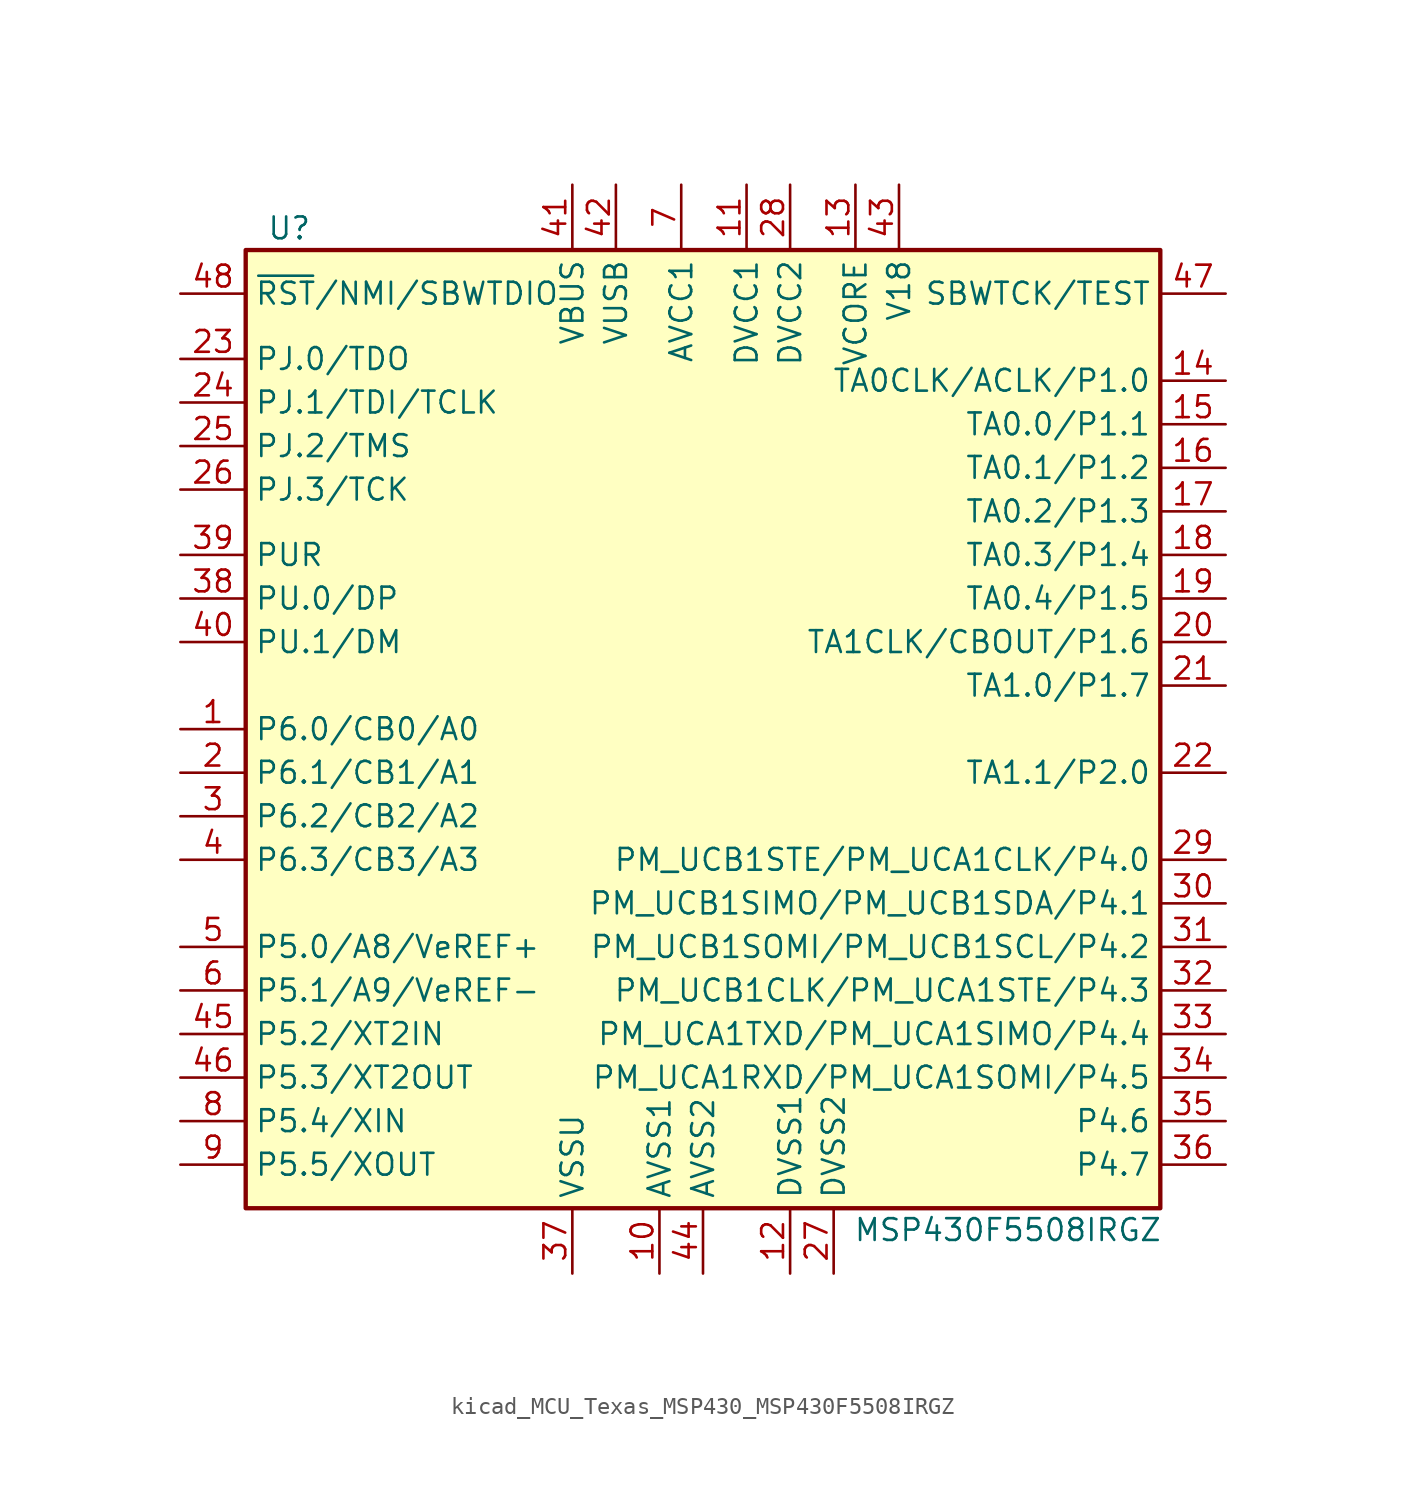
<source format=kicad_sym>
(kicad_symbol_lib
  (version 20220914)
  (generator kicad_symbol_editor)
  (symbol "kicad_MCU_Texas_MSP430_MSP430F5508IRGZ"
    (property "Reference" "U"
      (at -22.86 29.21 0)
      (effects (font (size 1.27 1.27))))
    (property "Value" "MSP430F5508IRGZ"
      (at 19.05 -29.21 0)
      (effects (font (size 1.27 1.27))))
    (symbol "kicad_MCU_Texas_MSP430_MSP430F5508IRGZ_0_1"
      (rectangle (start -25.4 27.94) (end 27.94 -27.94) (stroke (width 0.254) (type default)) (fill (type background))))
    (symbol "kicad_MCU_Texas_MSP430_MSP430F5508IRGZ_1_1"
      (pin bidirectional line (at -29.21 0 0) (length 3.81) (name "P6.0/CB0/A0" (effects (font (size 1.27 1.27)))) (number "1" (effects (font (size 1.27 1.27)))))
      (pin power_in line (at -1.27 -31.75 90) (length 3.81) (name "AVSS1" (effects (font (size 1.27 1.27)))) (number "10" (effects (font (size 1.27 1.27)))))
      (pin power_in line (at 3.81 31.75 270) (length 3.81) (name "DVCC1" (effects (font (size 1.27 1.27)))) (number "11" (effects (font (size 1.27 1.27)))))
      (pin power_in line (at 6.35 -31.75 90) (length 3.81) (name "DVSS1" (effects (font (size 1.27 1.27)))) (number "12" (effects (font (size 1.27 1.27)))))
      (pin passive line (at 10.16 31.75 270) (length 3.81) (name "VCORE" (effects (font (size 1.27 1.27)))) (number "13" (effects (font (size 1.27 1.27)))))
      (pin bidirectional line (at 31.75 20.32 180) (length 3.81) (name "TA0CLK/ACLK/P1.0" (effects (font (size 1.27 1.27)))) (number "14" (effects (font (size 1.27 1.27)))))
      (pin bidirectional line (at 31.75 17.78 180) (length 3.81) (name "TA0.0/P1.1" (effects (font (size 1.27 1.27)))) (number "15" (effects (font (size 1.27 1.27)))))
      (pin bidirectional line (at 31.75 15.24 180) (length 3.81) (name "TA0.1/P1.2" (effects (font (size 1.27 1.27)))) (number "16" (effects (font (size 1.27 1.27)))))
      (pin bidirectional line (at 31.75 12.7 180) (length 3.81) (name "TA0.2/P1.3" (effects (font (size 1.27 1.27)))) (number "17" (effects (font (size 1.27 1.27)))))
      (pin bidirectional line (at 31.75 10.16 180) (length 3.81) (name "TA0.3/P1.4" (effects (font (size 1.27 1.27)))) (number "18" (effects (font (size 1.27 1.27)))))
      (pin bidirectional line (at 31.75 7.62 180) (length 3.81) (name "TA0.4/P1.5" (effects (font (size 1.27 1.27)))) (number "19" (effects (font (size 1.27 1.27)))))
      (pin bidirectional line (at -29.21 -2.54 0) (length 3.81) (name "P6.1/CB1/A1" (effects (font (size 1.27 1.27)))) (number "2" (effects (font (size 1.27 1.27)))))
      (pin bidirectional line (at 31.75 5.08 180) (length 3.81) (name "TA1CLK/CBOUT/P1.6" (effects (font (size 1.27 1.27)))) (number "20" (effects (font (size 1.27 1.27)))))
      (pin bidirectional line (at 31.75 2.54 180) (length 3.81) (name "TA1.0/P1.7" (effects (font (size 1.27 1.27)))) (number "21" (effects (font (size 1.27 1.27)))))
      (pin bidirectional line (at 31.75 -2.54 180) (length 3.81) (name "TA1.1/P2.0" (effects (font (size 1.27 1.27)))) (number "22" (effects (font (size 1.27 1.27)))))
      (pin bidirectional line (at -29.21 21.59 0) (length 3.81) (name "PJ.0/TDO" (effects (font (size 1.27 1.27)))) (number "23" (effects (font (size 1.27 1.27)))))
      (pin bidirectional line (at -29.21 19.05 0) (length 3.81) (name "PJ.1/TDI/TCLK" (effects (font (size 1.27 1.27)))) (number "24" (effects (font (size 1.27 1.27)))))
      (pin bidirectional line (at -29.21 16.51 0) (length 3.81) (name "PJ.2/TMS" (effects (font (size 1.27 1.27)))) (number "25" (effects (font (size 1.27 1.27)))))
      (pin bidirectional line (at -29.21 13.97 0) (length 3.81) (name "PJ.3/TCK" (effects (font (size 1.27 1.27)))) (number "26" (effects (font (size 1.27 1.27)))))
      (pin power_in line (at 8.89 -31.75 90) (length 3.81) (name "DVSS2" (effects (font (size 1.27 1.27)))) (number "27" (effects (font (size 1.27 1.27)))))
      (pin power_in line (at 6.35 31.75 270) (length 3.81) (name "DVCC2" (effects (font (size 1.27 1.27)))) (number "28" (effects (font (size 1.27 1.27)))))
      (pin bidirectional line (at 31.75 -7.62 180) (length 3.81) (name "PM_UCB1STE/PM_UCA1CLK/P4.0" (effects (font (size 1.27 1.27)))) (number "29" (effects (font (size 1.27 1.27)))))
      (pin bidirectional line (at -29.21 -5.08 0) (length 3.81) (name "P6.2/CB2/A2" (effects (font (size 1.27 1.27)))) (number "3" (effects (font (size 1.27 1.27)))))
      (pin bidirectional line (at 31.75 -10.16 180) (length 3.81) (name "PM_UCB1SIMO/PM_UCB1SDA/P4.1" (effects (font (size 1.27 1.27)))) (number "30" (effects (font (size 1.27 1.27)))))
      (pin bidirectional line (at 31.75 -12.7 180) (length 3.81) (name "PM_UCB1SOMI/PM_UCB1SCL/P4.2" (effects (font (size 1.27 1.27)))) (number "31" (effects (font (size 1.27 1.27)))))
      (pin bidirectional line (at 31.75 -15.24 180) (length 3.81) (name "PM_UCB1CLK/PM_UCA1STE/P4.3" (effects (font (size 1.27 1.27)))) (number "32" (effects (font (size 1.27 1.27)))))
      (pin bidirectional line (at 31.75 -17.78 180) (length 3.81) (name "PM_UCA1TXD/PM_UCA1SIMO/P4.4" (effects (font (size 1.27 1.27)))) (number "33" (effects (font (size 1.27 1.27)))))
      (pin bidirectional line (at 31.75 -20.32 180) (length 3.81) (name "PM_UCA1RXD/PM_UCA1SOMI/P4.5" (effects (font (size 1.27 1.27)))) (number "34" (effects (font (size 1.27 1.27)))))
      (pin bidirectional line (at 31.75 -22.86 180) (length 3.81) (name "P4.6" (effects (font (size 1.27 1.27)))) (number "35" (effects (font (size 1.27 1.27)))))
      (pin bidirectional line (at 31.75 -25.4 180) (length 3.81) (name "P4.7" (effects (font (size 1.27 1.27)))) (number "36" (effects (font (size 1.27 1.27)))))
      (pin power_in line (at -6.35 -31.75 90) (length 3.81) (name "VSSU" (effects (font (size 1.27 1.27)))) (number "37" (effects (font (size 1.27 1.27)))))
      (pin bidirectional line (at -29.21 7.62 0) (length 3.81) (name "PU.0/DP" (effects (font (size 1.27 1.27)))) (number "38" (effects (font (size 1.27 1.27)))))
      (pin bidirectional line (at -29.21 10.16 0) (length 3.81) (name "PUR" (effects (font (size 1.27 1.27)))) (number "39" (effects (font (size 1.27 1.27)))))
      (pin bidirectional line (at -29.21 -7.62 0) (length 3.81) (name "P6.3/CB3/A3" (effects (font (size 1.27 1.27)))) (number "4" (effects (font (size 1.27 1.27)))))
      (pin bidirectional line (at -29.21 5.08 0) (length 3.81) (name "PU.1/DM" (effects (font (size 1.27 1.27)))) (number "40" (effects (font (size 1.27 1.27)))))
      (pin power_in line (at -6.35 31.75 270) (length 3.81) (name "VBUS" (effects (font (size 1.27 1.27)))) (number "41" (effects (font (size 1.27 1.27)))))
      (pin power_out line (at -3.81 31.75 270) (length 3.81) (name "VUSB" (effects (font (size 1.27 1.27)))) (number "42" (effects (font (size 1.27 1.27)))))
      (pin passive line (at 12.7 31.75 270) (length 3.81) (name "V18" (effects (font (size 1.27 1.27)))) (number "43" (effects (font (size 1.27 1.27)))))
      (pin power_in line (at 1.27 -31.75 90) (length 3.81) (name "AVSS2" (effects (font (size 1.27 1.27)))) (number "44" (effects (font (size 1.27 1.27)))))
      (pin bidirectional line (at -29.21 -17.78 0) (length 3.81) (name "P5.2/XT2IN" (effects (font (size 1.27 1.27)))) (number "45" (effects (font (size 1.27 1.27)))))
      (pin bidirectional line (at -29.21 -20.32 0) (length 3.81) (name "P5.3/XT2OUT" (effects (font (size 1.27 1.27)))) (number "46" (effects (font (size 1.27 1.27)))))
      (pin input line (at 31.75 25.4 180) (length 3.81) (name "SBWTCK/TEST" (effects (font (size 1.27 1.27)))) (number "47" (effects (font (size 1.27 1.27)))))
      (pin input line (at -29.21 25.4 0) (length 3.81) (name "~{RST}/NMI/SBWTDIO" (effects (font (size 1.27 1.27)))) (number "48" (effects (font (size 1.27 1.27)))))
      (pin bidirectional line (at -29.21 -12.7 0) (length 3.81) (name "P5.0/A8/VeREF+" (effects (font (size 1.27 1.27)))) (number "5" (effects (font (size 1.27 1.27)))))
      (pin bidirectional line (at -29.21 -15.24 0) (length 3.81) (name "P5.1/A9/VeREF-" (effects (font (size 1.27 1.27)))) (number "6" (effects (font (size 1.27 1.27)))))
      (pin power_in line (at 0 31.75 270) (length 3.81) (name "AVCC1" (effects (font (size 1.27 1.27)))) (number "7" (effects (font (size 1.27 1.27)))))
      (pin bidirectional line (at -29.21 -22.86 0) (length 3.81) (name "P5.4/XIN" (effects (font (size 1.27 1.27)))) (number "8" (effects (font (size 1.27 1.27)))))
      (pin bidirectional line (at -29.21 -25.4 0) (length 3.81) (name "P5.5/XOUT" (effects (font (size 1.27 1.27)))) (number "9" (effects (font (size 1.27 1.27))))))))
</source>
